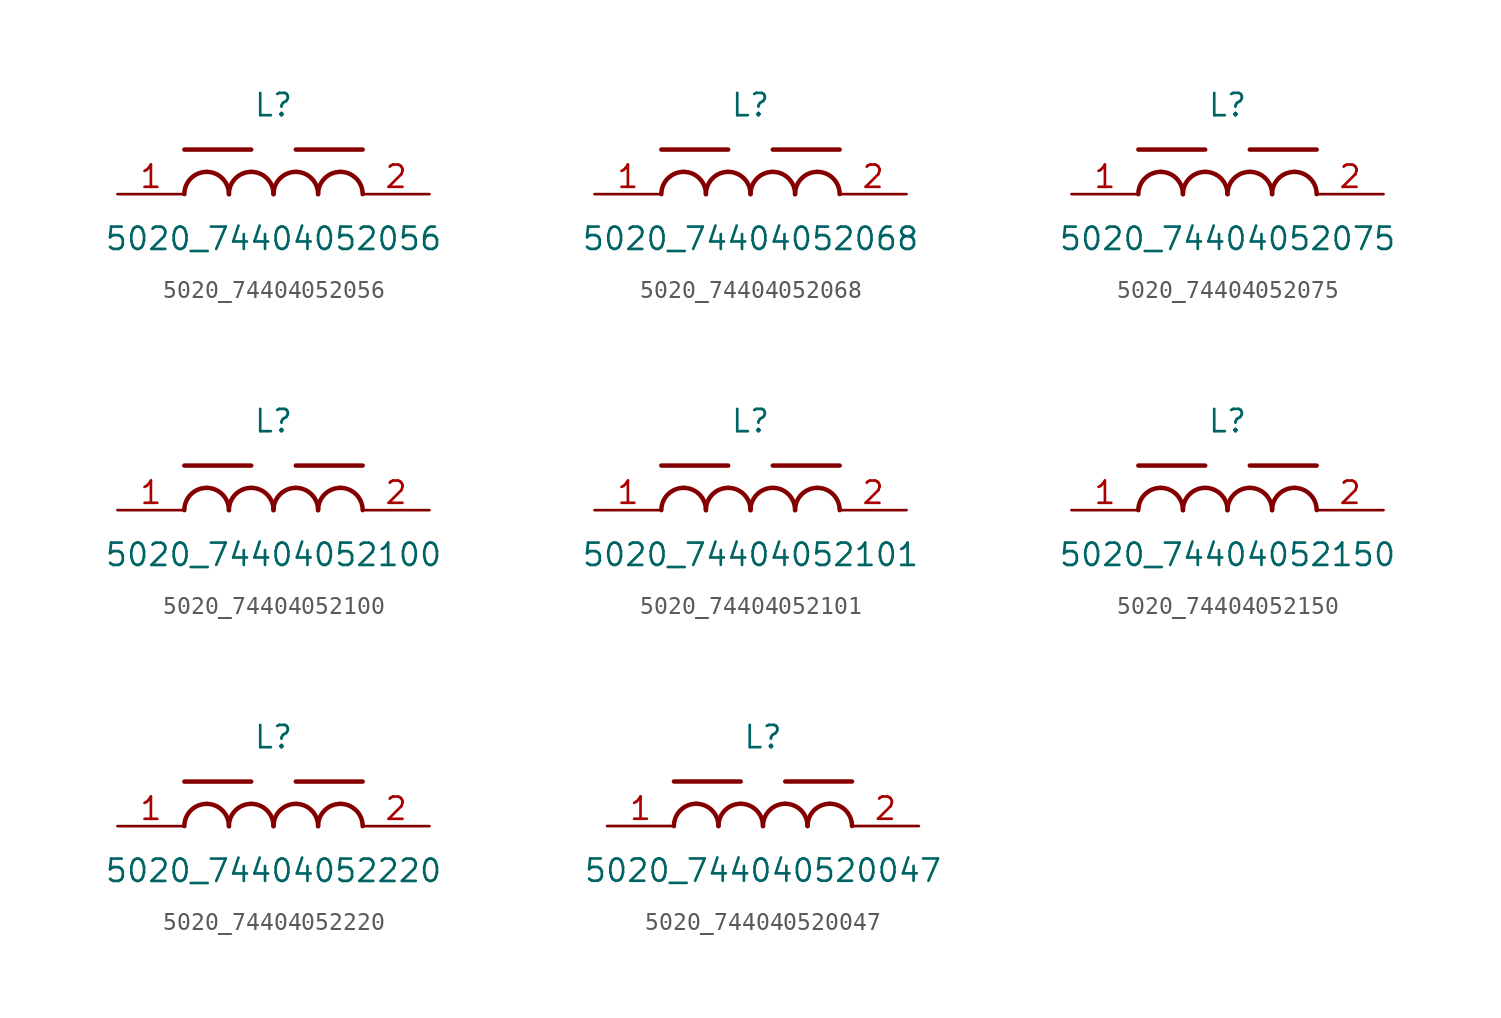
<source format=kicad_sym>
(kicad_symbol_lib
  (version 20211014)
  (generator kicad_symbol_editor)
  (symbol "Inductor_Wurth_WE-LQS:5020_74404052056"
    (pin_names hide)
    (property "Reference" "L"
      (at 0 5.08 0)
      (effects (font (size 1.27 1.27))))
    (property "Value" "5020_74404052056"
      (at 0 -2.54 0)
      (effects (font (size 1.27 1.27))))
    (symbol "5020_74404052056_0_1"
      (arc (start -3.81 1.27) (mid -4.708 0.898) (end -5.08 0) (stroke (width 0.254) (type default) (color 0 0 0 0)) (fill (type none)))
      (arc (start -2.54 0) (mid -2.912 0.898) (end -3.81 1.27) (stroke (width 0.254) (type default) (color 0 0 0 0)) (fill (type none)))
      (arc (start -1.2699 1.2701) (mid -2.1679 0.8981) (end -2.5399 0.0001) (stroke (width 0.254) (type default) (color 0 0 0 0)) (fill (type none)))
      (polyline (pts (xy -5.08 2.54) (xy -1.27 2.54)) (stroke (width 0.254) (type default) (color 0 0 0 0)) (fill (type none)))
      (polyline (pts (xy 5.08 2.54) (xy 1.27 2.54)) (stroke (width 0.254) (type default) (color 0 0 0 0)) (fill (type none)))
      (arc (start 0.0001 0.0001) (mid -0.3719 0.8981) (end -1.2699 1.2701) (stroke (width 0.254) (type default) (color 0 0 0 0)) (fill (type none)))
      (arc (start 1.2701 1.2701) (mid 0.3721 0.8981) (end 0.0001 0.0001) (stroke (width 0.254) (type default) (color 0 0 0 0)) (fill (type none)))
      (arc (start 2.5401 0.0001) (mid 2.1681 0.8981) (end 1.2701 1.2701) (stroke (width 0.254) (type default) (color 0 0 0 0)) (fill (type none)))
      (arc (start 3.8101 1.2701) (mid 2.9121 0.8981) (end 2.5401 0.0001) (stroke (width 0.254) (type default) (color 0 0 0 0)) (fill (type none)))
      (arc (start 5.0801 0.0001) (mid 4.7081 0.8981) (end 3.8101 1.2701) (stroke (width 0.254) (type default) (color 0 0 0 0)) (fill (type none))))
    (symbol "5020_74404052056_1_1"
      (pin passive line (at -8.89 0 0) (length 3.81) (name "1" (effects (font (size 1.27 1.27)))) (number "1" (effects (font (size 1.27 1.27)))))
      (pin passive line (at 8.89 0 180) (length 3.81) (name "2" (effects (font (size 1.27 1.27)))) (number "2" (effects (font (size 1.27 1.27)))))))
  (symbol "Inductor_Wurth_WE-LQS:5020_74404052068"
    (pin_names hide)
    (property "Reference" "L"
      (at 0 5.08 0)
      (effects (font (size 1.27 1.27))))
    (property "Value" "5020_74404052068"
      (at 0 -2.54 0)
      (effects (font (size 1.27 1.27))))
    (symbol "5020_74404052068_0_1"
      (arc (start -3.81 1.27) (mid -4.708 0.898) (end -5.08 0) (stroke (width 0.254) (type default) (color 0 0 0 0)) (fill (type none)))
      (arc (start -2.54 0) (mid -2.912 0.898) (end -3.81 1.27) (stroke (width 0.254) (type default) (color 0 0 0 0)) (fill (type none)))
      (arc (start -1.2699 1.2701) (mid -2.1679 0.8981) (end -2.5399 0.0001) (stroke (width 0.254) (type default) (color 0 0 0 0)) (fill (type none)))
      (polyline (pts (xy -5.08 2.54) (xy -1.27 2.54)) (stroke (width 0.254) (type default) (color 0 0 0 0)) (fill (type none)))
      (polyline (pts (xy 5.08 2.54) (xy 1.27 2.54)) (stroke (width 0.254) (type default) (color 0 0 0 0)) (fill (type none)))
      (arc (start 0.0001 0.0001) (mid -0.3719 0.8981) (end -1.2699 1.2701) (stroke (width 0.254) (type default) (color 0 0 0 0)) (fill (type none)))
      (arc (start 1.2701 1.2701) (mid 0.3721 0.8981) (end 0.0001 0.0001) (stroke (width 0.254) (type default) (color 0 0 0 0)) (fill (type none)))
      (arc (start 2.5401 0.0001) (mid 2.1681 0.8981) (end 1.2701 1.2701) (stroke (width 0.254) (type default) (color 0 0 0 0)) (fill (type none)))
      (arc (start 3.8101 1.2701) (mid 2.9121 0.8981) (end 2.5401 0.0001) (stroke (width 0.254) (type default) (color 0 0 0 0)) (fill (type none)))
      (arc (start 5.0801 0.0001) (mid 4.7081 0.8981) (end 3.8101 1.2701) (stroke (width 0.254) (type default) (color 0 0 0 0)) (fill (type none))))
    (symbol "5020_74404052068_1_1"
      (pin passive line (at -8.89 0 0) (length 3.81) (name "1" (effects (font (size 1.27 1.27)))) (number "1" (effects (font (size 1.27 1.27)))))
      (pin passive line (at 8.89 0 180) (length 3.81) (name "2" (effects (font (size 1.27 1.27)))) (number "2" (effects (font (size 1.27 1.27)))))))
  (symbol "Inductor_Wurth_WE-LQS:5020_74404052075"
    (pin_names hide)
    (property "Reference" "L"
      (at 0 5.08 0)
      (effects (font (size 1.27 1.27))))
    (property "Value" "5020_74404052075"
      (at 0 -2.54 0)
      (effects (font (size 1.27 1.27))))
    (symbol "5020_74404052075_0_1"
      (arc (start -3.81 1.27) (mid -4.708 0.898) (end -5.08 0) (stroke (width 0.254) (type default) (color 0 0 0 0)) (fill (type none)))
      (arc (start -2.54 0) (mid -2.912 0.898) (end -3.81 1.27) (stroke (width 0.254) (type default) (color 0 0 0 0)) (fill (type none)))
      (arc (start -1.2699 1.2701) (mid -2.1679 0.8981) (end -2.5399 0.0001) (stroke (width 0.254) (type default) (color 0 0 0 0)) (fill (type none)))
      (polyline (pts (xy -5.08 2.54) (xy -1.27 2.54)) (stroke (width 0.254) (type default) (color 0 0 0 0)) (fill (type none)))
      (polyline (pts (xy 5.08 2.54) (xy 1.27 2.54)) (stroke (width 0.254) (type default) (color 0 0 0 0)) (fill (type none)))
      (arc (start 0.0001 0.0001) (mid -0.3719 0.8981) (end -1.2699 1.2701) (stroke (width 0.254) (type default) (color 0 0 0 0)) (fill (type none)))
      (arc (start 1.2701 1.2701) (mid 0.3721 0.8981) (end 0.0001 0.0001) (stroke (width 0.254) (type default) (color 0 0 0 0)) (fill (type none)))
      (arc (start 2.5401 0.0001) (mid 2.1681 0.8981) (end 1.2701 1.2701) (stroke (width 0.254) (type default) (color 0 0 0 0)) (fill (type none)))
      (arc (start 3.8101 1.2701) (mid 2.9121 0.8981) (end 2.5401 0.0001) (stroke (width 0.254) (type default) (color 0 0 0 0)) (fill (type none)))
      (arc (start 5.0801 0.0001) (mid 4.7081 0.8981) (end 3.8101 1.2701) (stroke (width 0.254) (type default) (color 0 0 0 0)) (fill (type none))))
    (symbol "5020_74404052075_1_1"
      (pin passive line (at -8.89 0 0) (length 3.81) (name "1" (effects (font (size 1.27 1.27)))) (number "1" (effects (font (size 1.27 1.27)))))
      (pin passive line (at 8.89 0 180) (length 3.81) (name "2" (effects (font (size 1.27 1.27)))) (number "2" (effects (font (size 1.27 1.27)))))))
  (symbol "Inductor_Wurth_WE-LQS:5020_74404052100"
    (pin_names hide)
    (property "Reference" "L"
      (at 0 5.08 0)
      (effects (font (size 1.27 1.27))))
    (property "Value" "5020_74404052100"
      (at 0 -2.54 0)
      (effects (font (size 1.27 1.27))))
    (symbol "5020_74404052100_0_1"
      (arc (start -3.81 1.27) (mid -4.708 0.898) (end -5.08 0) (stroke (width 0.254) (type default) (color 0 0 0 0)) (fill (type none)))
      (arc (start -2.54 0) (mid -2.912 0.898) (end -3.81 1.27) (stroke (width 0.254) (type default) (color 0 0 0 0)) (fill (type none)))
      (arc (start -1.2699 1.2701) (mid -2.1679 0.8981) (end -2.5399 0.0001) (stroke (width 0.254) (type default) (color 0 0 0 0)) (fill (type none)))
      (polyline (pts (xy -5.08 2.54) (xy -1.27 2.54)) (stroke (width 0.254) (type default) (color 0 0 0 0)) (fill (type none)))
      (polyline (pts (xy 5.08 2.54) (xy 1.27 2.54)) (stroke (width 0.254) (type default) (color 0 0 0 0)) (fill (type none)))
      (arc (start 0.0001 0.0001) (mid -0.3719 0.8981) (end -1.2699 1.2701) (stroke (width 0.254) (type default) (color 0 0 0 0)) (fill (type none)))
      (arc (start 1.2701 1.2701) (mid 0.3721 0.8981) (end 0.0001 0.0001) (stroke (width 0.254) (type default) (color 0 0 0 0)) (fill (type none)))
      (arc (start 2.5401 0.0001) (mid 2.1681 0.8981) (end 1.2701 1.2701) (stroke (width 0.254) (type default) (color 0 0 0 0)) (fill (type none)))
      (arc (start 3.8101 1.2701) (mid 2.9121 0.8981) (end 2.5401 0.0001) (stroke (width 0.254) (type default) (color 0 0 0 0)) (fill (type none)))
      (arc (start 5.0801 0.0001) (mid 4.7081 0.8981) (end 3.8101 1.2701) (stroke (width 0.254) (type default) (color 0 0 0 0)) (fill (type none))))
    (symbol "5020_74404052100_1_1"
      (pin passive line (at -8.89 0 0) (length 3.81) (name "1" (effects (font (size 1.27 1.27)))) (number "1" (effects (font (size 1.27 1.27)))))
      (pin passive line (at 8.89 0 180) (length 3.81) (name "2" (effects (font (size 1.27 1.27)))) (number "2" (effects (font (size 1.27 1.27)))))))
  (symbol "Inductor_Wurth_WE-LQS:5020_74404052101"
    (pin_names hide)
    (property "Reference" "L"
      (at 0 5.08 0)
      (effects (font (size 1.27 1.27))))
    (property "Value" "5020_74404052101"
      (at 0 -2.54 0)
      (effects (font (size 1.27 1.27))))
    (symbol "5020_74404052101_0_1"
      (arc (start -3.81 1.27) (mid -4.708 0.898) (end -5.08 0) (stroke (width 0.254) (type default) (color 0 0 0 0)) (fill (type none)))
      (arc (start -2.54 0) (mid -2.912 0.898) (end -3.81 1.27) (stroke (width 0.254) (type default) (color 0 0 0 0)) (fill (type none)))
      (arc (start -1.2699 1.2701) (mid -2.1679 0.8981) (end -2.5399 0.0001) (stroke (width 0.254) (type default) (color 0 0 0 0)) (fill (type none)))
      (polyline (pts (xy -5.08 2.54) (xy -1.27 2.54)) (stroke (width 0.254) (type default) (color 0 0 0 0)) (fill (type none)))
      (polyline (pts (xy 5.08 2.54) (xy 1.27 2.54)) (stroke (width 0.254) (type default) (color 0 0 0 0)) (fill (type none)))
      (arc (start 0.0001 0.0001) (mid -0.3719 0.8981) (end -1.2699 1.2701) (stroke (width 0.254) (type default) (color 0 0 0 0)) (fill (type none)))
      (arc (start 1.2701 1.2701) (mid 0.3721 0.8981) (end 0.0001 0.0001) (stroke (width 0.254) (type default) (color 0 0 0 0)) (fill (type none)))
      (arc (start 2.5401 0.0001) (mid 2.1681 0.8981) (end 1.2701 1.2701) (stroke (width 0.254) (type default) (color 0 0 0 0)) (fill (type none)))
      (arc (start 3.8101 1.2701) (mid 2.9121 0.8981) (end 2.5401 0.0001) (stroke (width 0.254) (type default) (color 0 0 0 0)) (fill (type none)))
      (arc (start 5.0801 0.0001) (mid 4.7081 0.8981) (end 3.8101 1.2701) (stroke (width 0.254) (type default) (color 0 0 0 0)) (fill (type none))))
    (symbol "5020_74404052101_1_1"
      (pin passive line (at -8.89 0 0) (length 3.81) (name "1" (effects (font (size 1.27 1.27)))) (number "1" (effects (font (size 1.27 1.27)))))
      (pin passive line (at 8.89 0 180) (length 3.81) (name "2" (effects (font (size 1.27 1.27)))) (number "2" (effects (font (size 1.27 1.27)))))))
  (symbol "Inductor_Wurth_WE-LQS:5020_74404052150"
    (pin_names hide)
    (property "Reference" "L"
      (at 0 5.08 0)
      (effects (font (size 1.27 1.27))))
    (property "Value" "5020_74404052150"
      (at 0 -2.54 0)
      (effects (font (size 1.27 1.27))))
    (symbol "5020_74404052150_0_1"
      (arc (start -3.81 1.27) (mid -4.708 0.898) (end -5.08 0) (stroke (width 0.254) (type default) (color 0 0 0 0)) (fill (type none)))
      (arc (start -2.54 0) (mid -2.912 0.898) (end -3.81 1.27) (stroke (width 0.254) (type default) (color 0 0 0 0)) (fill (type none)))
      (arc (start -1.2699 1.2701) (mid -2.1679 0.8981) (end -2.5399 0.0001) (stroke (width 0.254) (type default) (color 0 0 0 0)) (fill (type none)))
      (polyline (pts (xy -5.08 2.54) (xy -1.27 2.54)) (stroke (width 0.254) (type default) (color 0 0 0 0)) (fill (type none)))
      (polyline (pts (xy 5.08 2.54) (xy 1.27 2.54)) (stroke (width 0.254) (type default) (color 0 0 0 0)) (fill (type none)))
      (arc (start 0.0001 0.0001) (mid -0.3719 0.8981) (end -1.2699 1.2701) (stroke (width 0.254) (type default) (color 0 0 0 0)) (fill (type none)))
      (arc (start 1.2701 1.2701) (mid 0.3721 0.8981) (end 0.0001 0.0001) (stroke (width 0.254) (type default) (color 0 0 0 0)) (fill (type none)))
      (arc (start 2.5401 0.0001) (mid 2.1681 0.8981) (end 1.2701 1.2701) (stroke (width 0.254) (type default) (color 0 0 0 0)) (fill (type none)))
      (arc (start 3.8101 1.2701) (mid 2.9121 0.8981) (end 2.5401 0.0001) (stroke (width 0.254) (type default) (color 0 0 0 0)) (fill (type none)))
      (arc (start 5.0801 0.0001) (mid 4.7081 0.8981) (end 3.8101 1.2701) (stroke (width 0.254) (type default) (color 0 0 0 0)) (fill (type none))))
    (symbol "5020_74404052150_1_1"
      (pin passive line (at -8.89 0 0) (length 3.81) (name "1" (effects (font (size 1.27 1.27)))) (number "1" (effects (font (size 1.27 1.27)))))
      (pin passive line (at 8.89 0 180) (length 3.81) (name "2" (effects (font (size 1.27 1.27)))) (number "2" (effects (font (size 1.27 1.27)))))))
  (symbol "Inductor_Wurth_WE-LQS:5020_74404052220"
    (pin_names hide)
    (property "Reference" "L"
      (at 0 5.08 0)
      (effects (font (size 1.27 1.27))))
    (property "Value" "5020_74404052220"
      (at 0 -2.54 0)
      (effects (font (size 1.27 1.27))))
    (symbol "5020_74404052220_0_1"
      (arc (start -3.81 1.27) (mid -4.708 0.898) (end -5.08 0) (stroke (width 0.254) (type default) (color 0 0 0 0)) (fill (type none)))
      (arc (start -2.54 0) (mid -2.912 0.898) (end -3.81 1.27) (stroke (width 0.254) (type default) (color 0 0 0 0)) (fill (type none)))
      (arc (start -1.2699 1.2701) (mid -2.1679 0.8981) (end -2.5399 0.0001) (stroke (width 0.254) (type default) (color 0 0 0 0)) (fill (type none)))
      (polyline (pts (xy -5.08 2.54) (xy -1.27 2.54)) (stroke (width 0.254) (type default) (color 0 0 0 0)) (fill (type none)))
      (polyline (pts (xy 5.08 2.54) (xy 1.27 2.54)) (stroke (width 0.254) (type default) (color 0 0 0 0)) (fill (type none)))
      (arc (start 0.0001 0.0001) (mid -0.3719 0.8981) (end -1.2699 1.2701) (stroke (width 0.254) (type default) (color 0 0 0 0)) (fill (type none)))
      (arc (start 1.2701 1.2701) (mid 0.3721 0.8981) (end 0.0001 0.0001) (stroke (width 0.254) (type default) (color 0 0 0 0)) (fill (type none)))
      (arc (start 2.5401 0.0001) (mid 2.1681 0.8981) (end 1.2701 1.2701) (stroke (width 0.254) (type default) (color 0 0 0 0)) (fill (type none)))
      (arc (start 3.8101 1.2701) (mid 2.9121 0.8981) (end 2.5401 0.0001) (stroke (width 0.254) (type default) (color 0 0 0 0)) (fill (type none)))
      (arc (start 5.0801 0.0001) (mid 4.7081 0.8981) (end 3.8101 1.2701) (stroke (width 0.254) (type default) (color 0 0 0 0)) (fill (type none))))
    (symbol "5020_74404052220_1_1"
      (pin passive line (at -8.89 0 0) (length 3.81) (name "1" (effects (font (size 1.27 1.27)))) (number "1" (effects (font (size 1.27 1.27)))))
      (pin passive line (at 8.89 0 180) (length 3.81) (name "2" (effects (font (size 1.27 1.27)))) (number "2" (effects (font (size 1.27 1.27)))))))
  (symbol "Inductor_Wurth_WE-LQS:5020_744040520047"
    (pin_names hide)
    (property "Reference" "L"
      (at 0 5.08 0)
      (effects (font (size 1.27 1.27))))
    (property "Value" "5020_744040520047"
      (at 0 -2.54 0)
      (effects (font (size 1.27 1.27))))
    (symbol "5020_744040520047_0_1"
      (arc (start -3.81 1.27) (mid -4.708 0.898) (end -5.08 0) (stroke (width 0.254) (type default) (color 0 0 0 0)) (fill (type none)))
      (arc (start -2.54 0) (mid -2.912 0.898) (end -3.81 1.27) (stroke (width 0.254) (type default) (color 0 0 0 0)) (fill (type none)))
      (arc (start -1.2699 1.2701) (mid -2.1679 0.8981) (end -2.5399 0.0001) (stroke (width 0.254) (type default) (color 0 0 0 0)) (fill (type none)))
      (polyline (pts (xy -5.08 2.54) (xy -1.27 2.54)) (stroke (width 0.254) (type default) (color 0 0 0 0)) (fill (type none)))
      (polyline (pts (xy 5.08 2.54) (xy 1.27 2.54)) (stroke (width 0.254) (type default) (color 0 0 0 0)) (fill (type none)))
      (arc (start 0.0001 0.0001) (mid -0.3719 0.8981) (end -1.2699 1.2701) (stroke (width 0.254) (type default) (color 0 0 0 0)) (fill (type none)))
      (arc (start 1.2701 1.2701) (mid 0.3721 0.8981) (end 0.0001 0.0001) (stroke (width 0.254) (type default) (color 0 0 0 0)) (fill (type none)))
      (arc (start 2.5401 0.0001) (mid 2.1681 0.8981) (end 1.2701 1.2701) (stroke (width 0.254) (type default) (color 0 0 0 0)) (fill (type none)))
      (arc (start 3.8101 1.2701) (mid 2.9121 0.8981) (end 2.5401 0.0001) (stroke (width 0.254) (type default) (color 0 0 0 0)) (fill (type none)))
      (arc (start 5.0801 0.0001) (mid 4.7081 0.8981) (end 3.8101 1.2701) (stroke (width 0.254) (type default) (color 0 0 0 0)) (fill (type none))))
    (symbol "5020_744040520047_1_1"
      (pin passive line (at -8.89 0 0) (length 3.81) (name "1" (effects (font (size 1.27 1.27)))) (number "1" (effects (font (size 1.27 1.27)))))
      (pin passive line (at 8.89 0 180) (length 3.81) (name "2" (effects (font (size 1.27 1.27)))) (number "2" (effects (font (size 1.27 1.27))))))))
</source>
